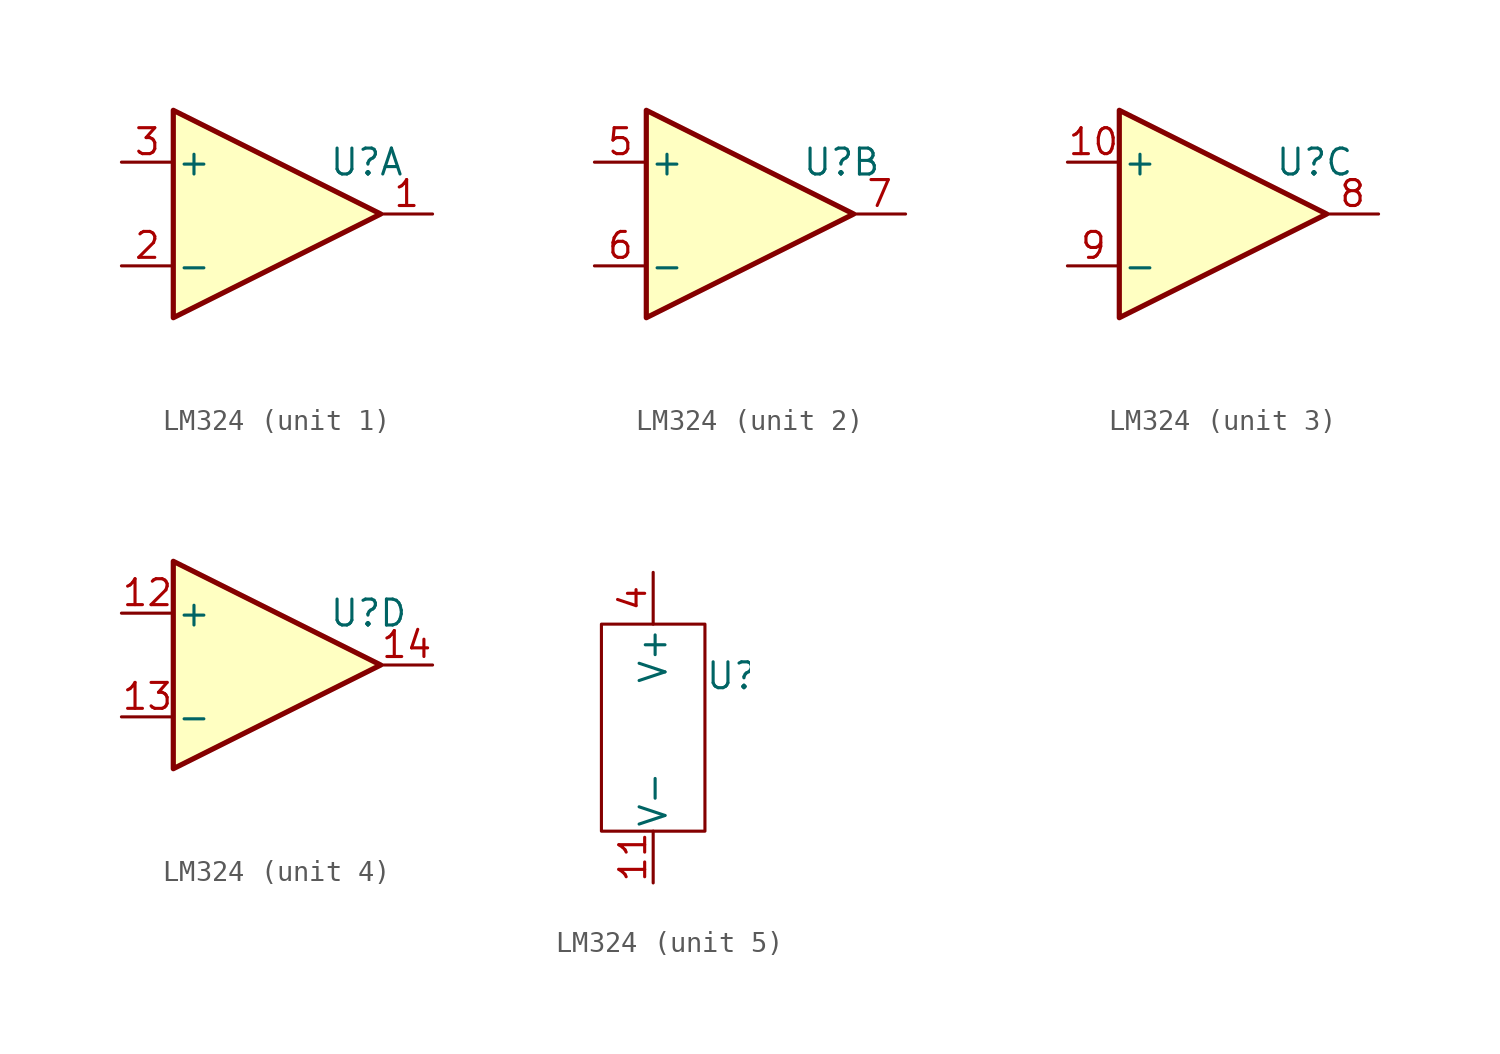
<source format=kicad_sym>
(kicad_symbol_lib
  (version 20220914)
  (generator kicad_symbol_editor)
  (symbol "LM324"
    (pin_names
      (offset 0.127))
    (property "Reference" "U"
      (at 2.54 2.54 0)
      (effects (font (size 1.27 1.27)) (justify left)))
    (property "Value" ""
      (at 2.54 -7.62 0)
      (effects (font (size 1.27 1.27)) (justify left)))
    (property "ki_locked" ""
      (at 0 0 0)
      (effects (font (size 1.27 1.27))))
    (symbol "LM324_1_1"
      (polyline (pts (xy -5.08 5.08) (xy 5.08 0) (xy -5.08 -5.08) (xy -5.08 5.08)) (stroke (width 0.254) (type default)) (fill (type background)))
      (pin output line (at 7.62 0 180) (length 2.54) (name "~" (effects (font (size 1.27 1.27)))) (number "1" (effects (font (size 1.27 1.27)))))
      (pin input line (at -7.62 -2.54 0) (length 2.54) (name "-" (effects (font (size 1.27 1.27)))) (number "2" (effects (font (size 1.27 1.27)))))
      (pin input line (at -7.62 2.54 0) (length 2.54) (name "+" (effects (font (size 1.27 1.27)))) (number "3" (effects (font (size 1.27 1.27))))))
    (symbol "LM324_2_1"
      (polyline (pts (xy -5.08 5.08) (xy 5.08 0) (xy -5.08 -5.08) (xy -5.08 5.08)) (stroke (width 0.254) (type default)) (fill (type background)))
      (pin input line (at -7.62 2.54 0) (length 2.54) (name "+" (effects (font (size 1.27 1.27)))) (number "5" (effects (font (size 1.27 1.27)))))
      (pin input line (at -7.62 -2.54 0) (length 2.54) (name "-" (effects (font (size 1.27 1.27)))) (number "6" (effects (font (size 1.27 1.27)))))
      (pin output line (at 7.62 0 180) (length 2.54) (name "~" (effects (font (size 1.27 1.27)))) (number "7" (effects (font (size 1.27 1.27))))))
    (symbol "LM324_3_1"
      (polyline (pts (xy -5.08 5.08) (xy 5.08 0) (xy -5.08 -5.08) (xy -5.08 5.08)) (stroke (width 0.254) (type default)) (fill (type background)))
      (pin input line (at -7.62 2.54 0) (length 2.54) (name "+" (effects (font (size 1.27 1.27)))) (number "10" (effects (font (size 1.27 1.27)))))
      (pin output line (at 7.62 0 180) (length 2.54) (name "~" (effects (font (size 1.27 1.27)))) (number "8" (effects (font (size 1.27 1.27)))))
      (pin input line (at -7.62 -2.54 0) (length 2.54) (name "-" (effects (font (size 1.27 1.27)))) (number "9" (effects (font (size 1.27 1.27))))))
    (symbol "LM324_4_1"
      (polyline (pts (xy -5.08 5.08) (xy 5.08 0) (xy -5.08 -5.08) (xy -5.08 5.08)) (stroke (width 0.254) (type default)) (fill (type background)))
      (pin input line (at -7.62 2.54 0) (length 2.54) (name "+" (effects (font (size 1.27 1.27)))) (number "12" (effects (font (size 1.27 1.27)))))
      (pin input line (at -7.62 -2.54 0) (length 2.54) (name "-" (effects (font (size 1.27 1.27)))) (number "13" (effects (font (size 1.27 1.27)))))
      (pin output line (at 7.62 0 180) (length 2.54) (name "~" (effects (font (size 1.27 1.27)))) (number "14" (effects (font (size 1.27 1.27))))))
    (symbol "LM324_5_1"
      (rectangle (start -2.54 5.08) (end 2.54 -5.08) (stroke (width 0) (type default)) (fill (type none)))
      (pin passive line (at 0 -7.62 90) (length 2.54) (name "V-" (effects (font (size 1.27 1.27)))) (number "11" (effects (font (size 1.27 1.27)))))
      (pin passive line (at 0 7.62 270) (length 2.54) (name "V+" (effects (font (size 1.27 1.27)))) (number "4" (effects (font (size 1.27 1.27))))))))
</source>
